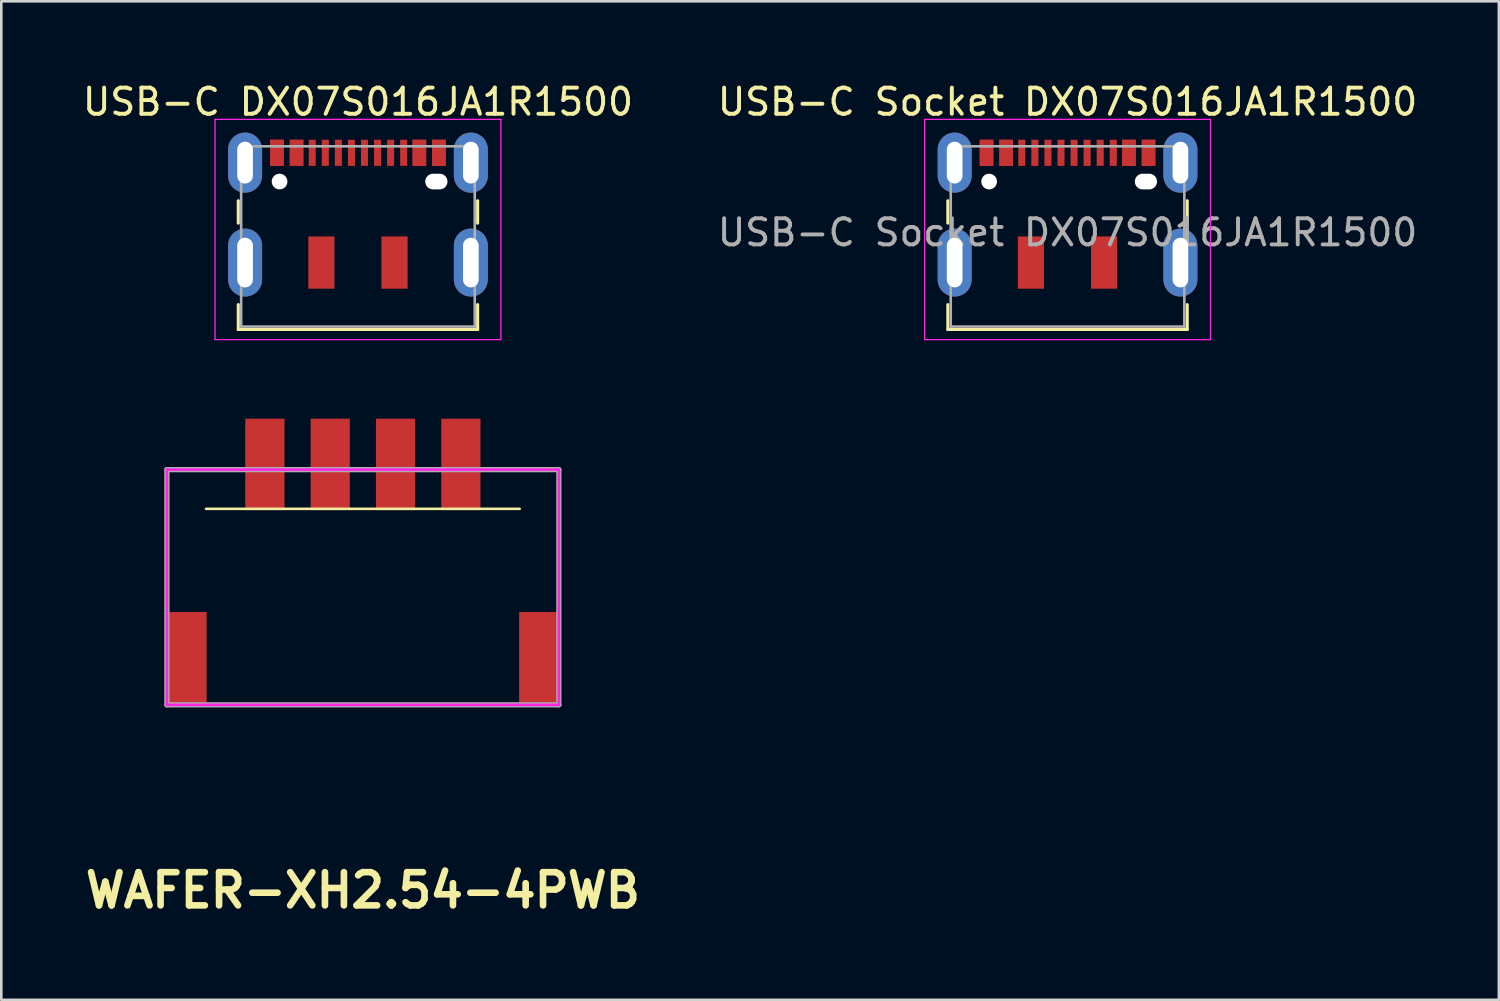
<source format=kicad_pcb>
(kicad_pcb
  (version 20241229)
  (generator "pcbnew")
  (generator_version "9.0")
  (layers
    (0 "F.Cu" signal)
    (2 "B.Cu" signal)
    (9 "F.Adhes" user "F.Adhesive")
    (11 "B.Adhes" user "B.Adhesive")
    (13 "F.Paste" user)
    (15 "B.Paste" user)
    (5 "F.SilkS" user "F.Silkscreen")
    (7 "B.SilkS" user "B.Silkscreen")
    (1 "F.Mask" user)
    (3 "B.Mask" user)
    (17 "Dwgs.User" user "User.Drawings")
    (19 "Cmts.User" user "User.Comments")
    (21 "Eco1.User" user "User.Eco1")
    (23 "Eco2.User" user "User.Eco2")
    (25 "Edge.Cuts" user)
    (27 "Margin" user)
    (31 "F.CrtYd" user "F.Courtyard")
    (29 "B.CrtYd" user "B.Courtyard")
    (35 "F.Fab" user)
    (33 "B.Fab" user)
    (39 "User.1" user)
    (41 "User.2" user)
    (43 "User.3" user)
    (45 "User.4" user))
  (footprint "USB-C DX07S016JA1R1500"
    (layer "F.Cu")
    (at 10.649 5.848)
    (property "Reference" "USB-C DX07S016JA1R1500" (at 0 -5 0) (layer "F.SilkS") (effects (font (size 1 1) (thickness 0.15))))
    (attr smd)
    (fp_line (start -4.58 -1.215) (end -4.58 -0.36) (stroke (width 0.12) (type solid)) (layer "F.SilkS"))
    (fp_line (start -4.58 2.76) (end -4.58 3.71) (stroke (width 0.12) (type solid)) (layer "F.SilkS"))
    (fp_line (start -4.58 3.71) (end 4.58 3.71) (stroke (width 0.12) (type solid)) (layer "F.SilkS"))
    (fp_line (start 4.58 -1.215) (end 4.58 -0.36) (stroke (width 0.12) (type solid)) (layer "F.SilkS"))
    (fp_line (start 4.58 2.76) (end 4.58 3.71) (stroke (width 0.12) (type solid)) (layer "F.SilkS"))
    (fp_line (start -5.47 -4.33) (end -5.47 4.1) (stroke (width 0.05) (type solid)) (layer "F.CrtYd"))
    (fp_line (start -5.47 -4.33) (end 5.47 -4.33) (stroke (width 0.05) (type solid)) (layer "F.CrtYd"))
    (fp_line (start -5.47 4.1) (end 5.47 4.1) (stroke (width 0.05) (type solid)) (layer "F.CrtYd"))
    (fp_line (start 5.47 -4.33) (end 5.47 4.1) (stroke (width 0.05) (type solid)) (layer "F.CrtYd"))
    (fp_line (start -4.47 -3.3) (end -4.47 3.6) (stroke (width 0.1) (type solid)) (layer "F.Fab"))
    (fp_line (start -4.47 -3.3) (end 4.47 -3.3) (stroke (width 0.1) (type solid)) (layer "F.Fab"))
    (fp_line (start -4.47 3.6) (end 4.47 3.6) (stroke (width 0.1) (type solid)) (layer "F.Fab"))
    (fp_line (start 4.47 -3.3) (end 4.47 3.6) (stroke (width 0.1) (type solid)) (layer "F.Fab"))
    (pad "" np_thru_hole circle (at -3 -1.95) (size 0.6 0.6) (drill 0.6) (layers "*.Cu" "*.Mask"))
    (pad "" smd rect (at -1.4 1.15) (size 1 2) (layers "F.Cu" "F.Mask" "F.Paste"))
    (pad "" smd rect (at 1.4 1.15) (size 1 2) (layers "F.Cu" "F.Mask" "F.Paste"))
    (pad "" np_thru_hole oval (at 3 -1.95) (size 0.85 0.6) (drill oval 0.85 0.6) (layers "*.Cu" "*.Mask"))
    (pad "A1" smd rect (at -3.1 -3.05) (size 0.52 1) (layers "F.Cu" "F.Mask" "F.Paste"))
    (pad "A4" smd rect (at -2.35 -3.05) (size 0.52 1) (layers "F.Cu" "F.Mask" "F.Paste"))
    (pad "A5" smd rect (at -1.75 -3.05) (size 0.27 1) (layers "F.Cu" "F.Mask" "F.Paste"))
    (pad "A6" smd rect (at -0.25 -3.05) (size 0.27 1) (layers "F.Cu" "F.Mask" "F.Paste"))
    (pad "A7" smd rect (at 0.75 -3.05) (size 0.27 1) (layers "F.Cu" "F.Mask" "F.Paste"))
    (pad "A8" smd rect (at 1.75 -3.05) (size 0.27 1) (layers "F.Cu" "F.Mask" "F.Paste"))
    (pad "A9" smd rect (at 2.35 -3.05) (size 0.52 1) (layers "F.Cu" "F.Mask" "F.Paste"))
    (pad "A12" smd rect (at 3.1 -3.05) (size 0.52 1) (layers "F.Cu" "F.Mask" "F.Paste"))
    (pad "B1" smd rect (at 3.1 -3.05) (size 0.52 1) (layers "F.Cu" "F.Mask" "F.Paste"))
    (pad "B4" smd rect (at 2.35 -3.05) (size 0.52 1) (layers "F.Cu" "F.Mask" "F.Paste"))
    (pad "B5" smd rect (at 1.25 -3.05) (size 0.27 1) (layers "F.Cu" "F.Mask" "F.Paste"))
    (pad "B6" smd rect (at 0.25 -3.05) (size 0.27 1) (layers "F.Cu" "F.Mask" "F.Paste"))
    (pad "B7" smd rect (at -0.75 -3.05) (size 0.27 1) (layers "F.Cu" "F.Mask" "F.Paste"))
    (pad "B8" smd rect (at -1.25 -3.05) (size 0.27 1) (layers "F.Cu" "F.Mask" "F.Paste"))
    (pad "B9" smd rect (at -2.35 -3.05) (size 0.52 1) (layers "F.Cu" "F.Mask" "F.Paste"))
    (pad "B12" smd rect (at -3.1 -3.05) (size 0.52 1) (layers "F.Cu" "F.Mask" "F.Paste"))
    (pad "S1" thru_hole oval (at -4.32 -2.675) (size 1.3 2.3) (drill oval 0.6 1.6) (layers "*.Cu" "*.Mask"))
    (pad "S1" thru_hole oval (at -4.32 1.15) (size 1.3 2.6) (drill oval 0.6 1.9) (layers "*.Cu" "*.Mask"))
    (pad "S1" thru_hole oval (at 4.32 -2.675) (size 1.3 2.3) (drill oval 0.6 1.6) (layers "*.Cu" "*.Mask"))
    (pad "S1" thru_hole oval (at 4.32 1.15) (size 1.3 2.6) (drill oval 0.6 1.9) (layers "*.Cu" "*.Mask")))
  (footprint "WAFER-XH2.54-4PWB"
    (layer "F.Cu")
    (at 10.837 18.423)
    (property "Reference" "WAFER-XH2.54-4PWB" (at 0 12.6 0) (layer "F.SilkS") (effects (font (size 1.27 1.27) (thickness 0.254))))
    (attr smd)
    (fp_line (start -6 -2) (end 6 -2) (stroke (width 0.1) (type solid)) (layer "F.SilkS"))
    (fp_line (start 7.5 5.5) (end -7.5 5.5) (stroke (width 0.1) (type solid)) (layer "F.SilkS"))
    (fp_line (start -7.5 -3.5) (end 7.5 -3.5) (stroke (width 0.1) (type solid)) (layer "F.CrtYd"))
    (fp_line (start -7.5 5.5) (end -7.5 -3.5) (stroke (width 0.1) (type solid)) (layer "F.CrtYd"))
    (fp_line (start 7.5 -3.5) (end 7.5 5.5) (stroke (width 0.1) (type solid)) (layer "F.CrtYd"))
    (fp_line (start 7.5 5.5) (end -7.5 5.5) (stroke (width 0.1) (type solid)) (layer "F.CrtYd"))
    (fp_line (start -7.5 -3.5) (end 7.5 -3.5) (stroke (width 0.2) (type solid)) (layer "F.Fab"))
    (fp_line (start -7.5 5.5) (end -7.5 -3.5) (stroke (width 0.2) (type solid)) (layer "F.Fab"))
    (fp_line (start 7.5 5.5) (end -7.5 5.5) (stroke (width 0.2) (type solid)) (layer "F.Fab"))
    (fp_line (start 7.5 5.5) (end 7.5 -3.5) (stroke (width 0.2) (type solid)) (layer "F.Fab"))
    (pad "1" smd rect (at -3.75 -3.7) (size 1.5 3.5) (layers "F.Cu" "F.Mask" "F.Paste"))
    (pad "2" smd rect (at -1.25 -3.7) (size 1.5 3.5) (layers "F.Cu" "F.Mask" "F.Paste"))
    (pad "3" smd rect (at 1.25 -3.7) (size 1.5 3.5) (layers "F.Cu" "F.Mask" "F.Paste"))
    (pad "4" smd rect (at 3.75 -3.7) (size 1.5 3.5) (layers "F.Cu" "F.Mask" "F.Paste"))
    (pad "S1" smd rect (at -6.73 3.7) (size 1.5 3.5) (layers "F.Cu" "F.Mask" "F.Paste"))
    (pad "S2" smd rect (at 6.73 3.7) (size 1.5 3.5) (layers "F.Cu" "F.Mask" "F.Paste")))
  (footprint "USB-C Socket DX07S016JA1R1500"
    (layer "F.Cu")
    (at 37.804 5.848)
    (property "Reference" "USB-C Socket DX07S016JA1R1500" (at 0 -5 0) (layer "F.SilkS") (effects (font (size 1 1) (thickness 0.15))))
    (attr smd)
    (fp_line (start -4.58 -1.215) (end -4.58 -0.36) (stroke (width 0.12) (type solid)) (layer "F.SilkS"))
    (fp_line (start -4.58 2.76) (end -4.58 3.71) (stroke (width 0.12) (type solid)) (layer "F.SilkS"))
    (fp_line (start -4.58 3.71) (end 4.58 3.71) (stroke (width 0.12) (type solid)) (layer "F.SilkS"))
    (fp_line (start 4.58 -1.215) (end 4.58 -0.36) (stroke (width 0.12) (type solid)) (layer "F.SilkS"))
    (fp_line (start 4.58 2.76) (end 4.58 3.71) (stroke (width 0.12) (type solid)) (layer "F.SilkS"))
    (fp_line (start -5.47 -4.33) (end -5.47 4.1) (stroke (width 0.05) (type solid)) (layer "F.CrtYd"))
    (fp_line (start -5.47 -4.33) (end 5.47 -4.33) (stroke (width 0.05) (type solid)) (layer "F.CrtYd"))
    (fp_line (start -5.47 4.1) (end 5.47 4.1) (stroke (width 0.05) (type solid)) (layer "F.CrtYd"))
    (fp_line (start 5.47 -4.33) (end 5.47 4.1) (stroke (width 0.05) (type solid)) (layer "F.CrtYd"))
    (fp_line (start -4.47 -3.3) (end -4.47 3.6) (stroke (width 0.1) (type solid)) (layer "F.Fab"))
    (fp_line (start -4.47 -3.3) (end 4.47 -3.3) (stroke (width 0.1) (type solid)) (layer "F.Fab"))
    (fp_line (start -4.47 3.6) (end 4.47 3.6) (stroke (width 0.1) (type solid)) (layer "F.Fab"))
    (fp_line (start 4.47 -3.3) (end 4.47 3.6) (stroke (width 0.1) (type solid)) (layer "F.Fab"))
    (fp_text user "${REFERENCE}" (at 0 0 0) (layer "F.Fab") (effects (font (size 1 1) (thickness 0.15))))
    (pad "" np_thru_hole circle (at -3 -1.95) (size 0.6 0.6) (drill 0.6) (layers "*.Cu" "*.Mask"))
    (pad "" smd rect (at -1.4 1.15) (size 1 2) (layers "F.Cu" "F.Mask" "F.Paste"))
    (pad "" smd rect (at 1.4 1.15) (size 1 2) (layers "F.Cu" "F.Mask" "F.Paste"))
    (pad "" np_thru_hole oval (at 3 -1.95) (size 0.85 0.6) (drill oval 0.85 0.6) (layers "*.Cu" "*.Mask"))
    (pad "A1" smd rect (at -3.1 -3.05) (size 0.52 1) (layers "F.Cu" "F.Mask" "F.Paste"))
    (pad "A4" smd rect (at -2.35 -3.05) (size 0.52 1) (layers "F.Cu" "F.Mask" "F.Paste"))
    (pad "A5" smd rect (at -1.75 -3.05) (size 0.27 1) (layers "F.Cu" "F.Mask" "F.Paste"))
    (pad "A6" smd rect (at -0.25 -3.05) (size 0.27 1) (layers "F.Cu" "F.Mask" "F.Paste"))
    (pad "A7" smd rect (at 0.75 -3.05) (size 0.27 1) (layers "F.Cu" "F.Mask" "F.Paste"))
    (pad "A8" smd rect (at 1.75 -3.05) (size 0.27 1) (layers "F.Cu" "F.Mask" "F.Paste"))
    (pad "A9" smd rect (at 2.35 -3.05) (size 0.52 1) (layers "F.Cu" "F.Mask" "F.Paste"))
    (pad "A12" smd rect (at 3.1 -3.05) (size 0.52 1) (layers "F.Cu" "F.Mask" "F.Paste"))
    (pad "B1" smd rect (at 3.1 -3.05) (size 0.52 1) (layers "F.Cu" "F.Mask" "F.Paste"))
    (pad "B4" smd rect (at 2.35 -3.05) (size 0.52 1) (layers "F.Cu" "F.Mask" "F.Paste"))
    (pad "B5" smd rect (at 1.25 -3.05) (size 0.27 1) (layers "F.Cu" "F.Mask" "F.Paste"))
    (pad "B6" smd rect (at 0.25 -3.05) (size 0.27 1) (layers "F.Cu" "F.Mask" "F.Paste"))
    (pad "B7" smd rect (at -0.75 -3.05) (size 0.27 1) (layers "F.Cu" "F.Mask" "F.Paste"))
    (pad "B8" smd rect (at -1.25 -3.05) (size 0.27 1) (layers "F.Cu" "F.Mask" "F.Paste"))
    (pad "B9" smd rect (at -2.35 -3.05) (size 0.52 1) (layers "F.Cu" "F.Mask" "F.Paste"))
    (pad "B12" smd rect (at -3.1 -3.05) (size 0.52 1) (layers "F.Cu" "F.Mask" "F.Paste"))
    (pad "S1" thru_hole oval (at -4.32 -2.675) (size 1.3 2.3) (drill oval 0.6 1.6) (layers "*.Cu" "*.Mask"))
    (pad "S1" thru_hole oval (at -4.32 1.15) (size 1.3 2.6) (drill oval 0.6 1.9) (layers "*.Cu" "*.Mask"))
    (pad "S1" thru_hole oval (at 4.32 -2.675) (size 1.3 2.3) (drill oval 0.6 1.6) (layers "*.Cu" "*.Mask"))
    (pad "S1" thru_hole oval (at 4.32 1.15) (size 1.3 2.6) (drill oval 0.6 1.9) (layers "*.Cu" "*.Mask")))
  (gr_rect
    (start -3 -3)
    (end 54.31 35.212)
    (stroke (width 0.1) (type default))
    (fill no)
    (layer "Edge.Cuts")))
</source>
